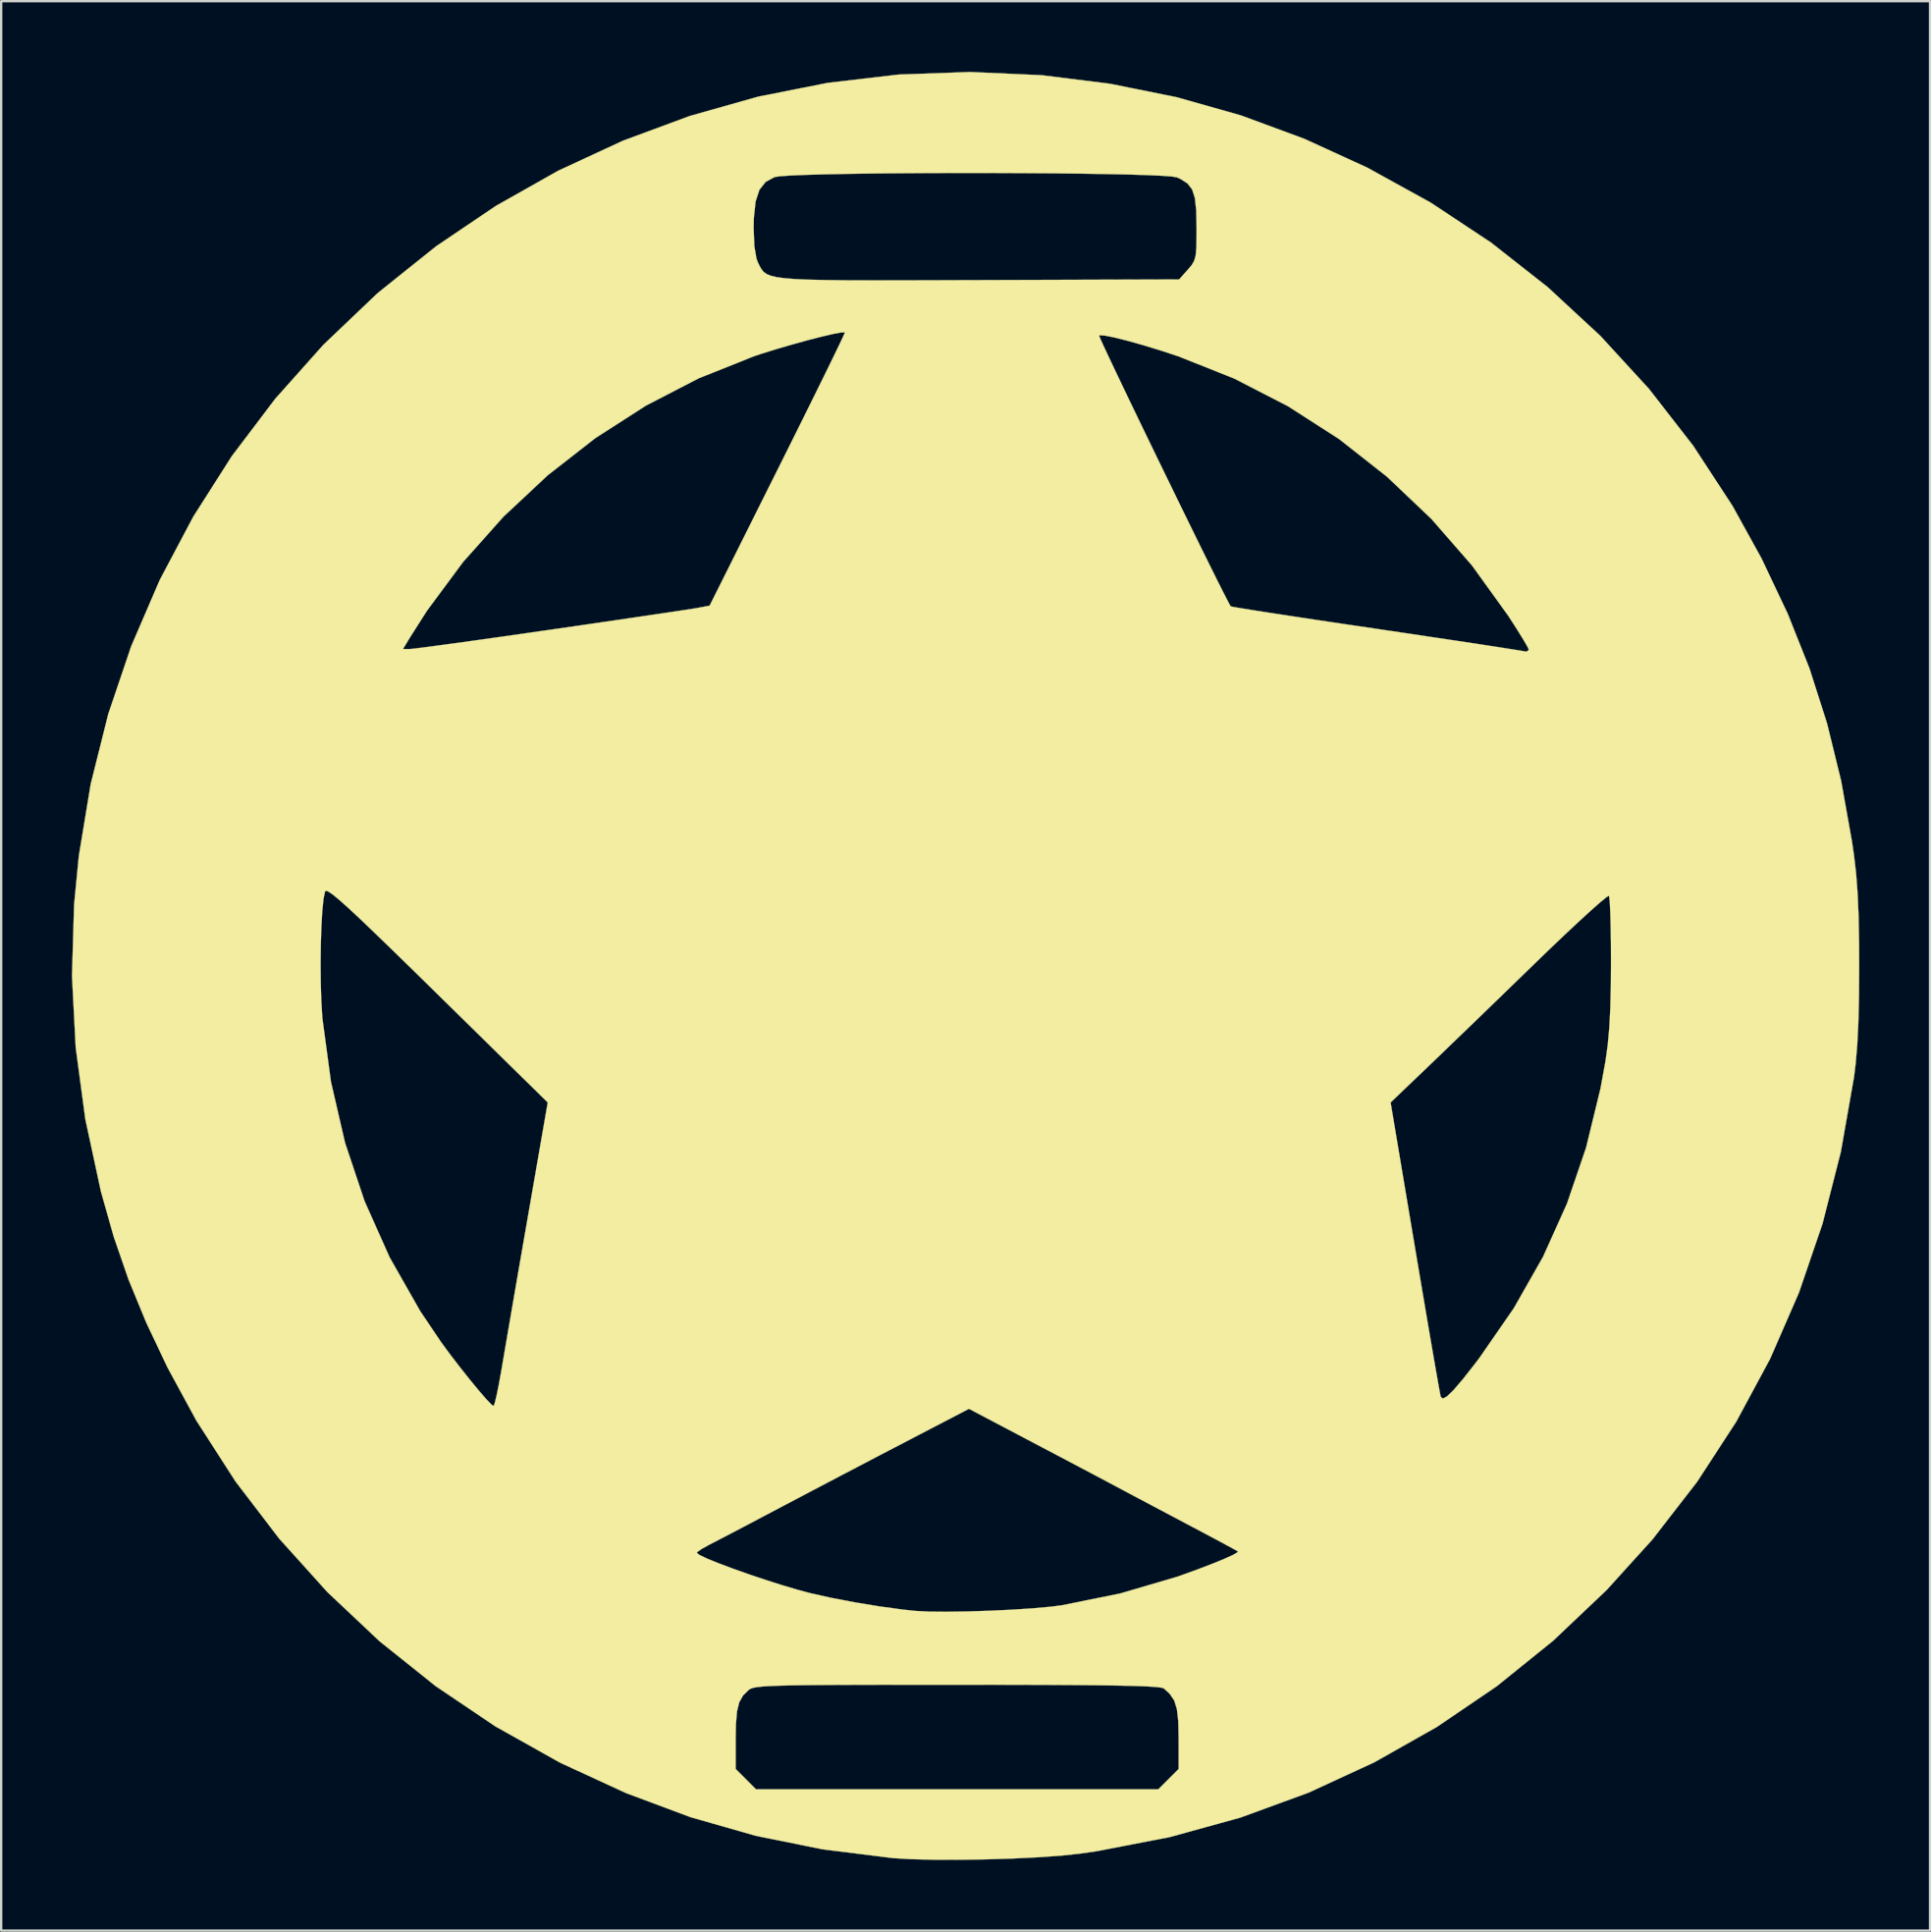
<source format=kicad_pcb>
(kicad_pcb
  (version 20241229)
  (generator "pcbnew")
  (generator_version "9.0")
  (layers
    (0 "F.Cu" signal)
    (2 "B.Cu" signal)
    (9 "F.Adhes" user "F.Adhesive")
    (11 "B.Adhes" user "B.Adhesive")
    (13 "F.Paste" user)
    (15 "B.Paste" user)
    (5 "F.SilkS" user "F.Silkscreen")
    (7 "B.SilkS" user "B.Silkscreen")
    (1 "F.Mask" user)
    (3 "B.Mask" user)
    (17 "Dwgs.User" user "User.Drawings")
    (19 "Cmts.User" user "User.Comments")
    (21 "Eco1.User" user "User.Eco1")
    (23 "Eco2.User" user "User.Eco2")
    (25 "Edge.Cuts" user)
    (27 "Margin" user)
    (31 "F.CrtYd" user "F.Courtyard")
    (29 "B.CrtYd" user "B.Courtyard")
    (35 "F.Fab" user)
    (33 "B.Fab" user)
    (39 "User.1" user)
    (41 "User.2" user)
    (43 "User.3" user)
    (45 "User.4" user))
  (footprint "PCB_Shape_01_200dpi"
    (layer "F.Cu")
    (at 37.947 37.953)
    (property "Reference" "PCB_Shape_01_200dpi" (at 0 0 0) (layer "F.SilkS") (effects (font (size 1.524 1.524) (thickness 0.3))))
    (attr through_hole)
    (fp_poly (pts (xy 3.205 -37.812) (xy 6.096 -37.451) (xy 8.936 -36.878) (xy 11.669 -36.104) (xy 14.347 -35.115) (xy 17.018 -33.893) (xy 19.722 -32.401) (xy 22.28 -30.706) (xy 24.681 -28.818) (xy 26.916 -26.748) (xy 28.974 -24.505) (xy 30.845 -22.1) (xy 32.518 -19.542) (xy 33.754 -17.304) (xy 34.867 -14.953) (xy 35.787 -12.64) (xy 36.535 -10.3) (xy 37.13 -7.872) (xy 37.591 -5.291) (xy 37.677 -4.699) (xy 37.764 -3.948) (xy 37.828 -3.112) (xy 37.87 -2.148) (xy 37.892 -1.01) (xy 37.896 0) (xy 37.888 1.301) (xy 37.861 2.393) (xy 37.815 3.322) (xy 37.746 4.133) (xy 37.677 4.699) (xy 37.118 7.875) (xy 36.34 10.925) (xy 35.341 13.849) (xy 34.121 16.649) (xy 32.679 19.327) (xy 31.014 21.883) (xy 29.126 24.319) (xy 27.184 26.463) (xy 24.916 28.615) (xy 22.512 30.555) (xy 19.976 32.278) (xy 17.315 33.782) (xy 14.535 35.065) (xy 11.643 36.123) (xy 8.642 36.952) (xy 5.541 37.551) (xy 4.826 37.654) (xy 4.046 37.738) (xy 3.077 37.807) (xy 1.985 37.861) (xy 0.831 37.897) (xy -0.321 37.915) (xy -1.408 37.912) (xy -2.366 37.888) (xy -3.111 37.843) (xy -6.078 37.473) (xy -8.927 36.898) (xy -11.697 36.106) (xy -14.427 35.087) (xy -17.157 33.829) (xy -17.304 33.754) (xy -19.057 32.77) (xy -9.779 32.77) (xy -9.779 34.061) (xy -8.915 34.925) (xy 8.153 34.925) (xy 8.585 34.493) (xy 9.017 34.061) (xy 9.017 32.743) (xy 9.002 32.035) (xy 8.944 31.524) (xy 8.829 31.155) (xy 8.638 30.871) (xy 8.388 30.643) (xy 8.287 30.611) (xy 8.063 30.583) (xy 7.701 30.559) (xy 7.188 30.539) (xy 6.509 30.523) (xy 5.651 30.51) (xy 4.599 30.5) (xy 3.339 30.493) (xy 1.857 30.489) (xy 0.139 30.487) (xy -0.381 30.487) (xy -2.073 30.487) (xy -3.529 30.488) (xy -4.767 30.491) (xy -5.807 30.495) (xy -6.665 30.503) (xy -7.361 30.512) (xy -7.913 30.526) (xy -8.339 30.543) (xy -8.657 30.564) (xy -8.885 30.59) (xy -9.043 30.621) (xy -9.148 30.657) (xy -9.218 30.7) (xy -9.224 30.705) (xy -9.465 30.943) (xy -9.627 31.23) (xy -9.723 31.618) (xy -9.769 32.163) (xy -9.779 32.77) (xy -19.057 32.77) (xy -19.98 32.253) (xy -22.513 30.545) (xy -24.892 28.642) (xy -27.107 26.554) (xy -28.607 24.889) (xy -11.43 24.889) (xy -11.315 24.98) (xy -10.999 25.131) (xy -10.521 25.325) (xy -9.923 25.55) (xy -9.247 25.79) (xy -8.533 26.03) (xy -7.822 26.257) (xy -7.156 26.455) (xy -6.634 26.595) (xy -5.754 26.793) (xy -4.729 26.989) (xy -3.666 27.164) (xy -2.673 27.299) (xy -2.159 27.354) (xy -1.59 27.383) (xy -0.831 27.39) (xy 0.054 27.377) (xy 1.001 27.347) (xy 1.948 27.302) (xy 2.83 27.244) (xy 3.585 27.176) (xy 4.064 27.114) (xy 6.536 26.614) (xy 8.94 25.908) (xy 9.09 25.856) (xy 9.793 25.603) (xy 10.424 25.362) (xy 10.947 25.148) (xy 11.325 24.977) (xy 11.52 24.863) (xy 11.536 24.831) (xy 11.415 24.762) (xy 11.106 24.594) (xy 10.644 24.345) (xy 10.064 24.036) (xy 9.402 23.686) (xy 9.398 23.684) (xy 8.659 23.292) (xy 7.927 22.905) (xy 7.26 22.551) (xy 6.715 22.261) (xy 6.413 22.1) (xy 6.041 21.902) (xy 5.49 21.61) (xy 4.805 21.248) (xy 4.033 20.84) (xy 3.218 20.411) (xy 2.822 20.202) (xy 0.12 18.779) (xy -2.004 19.884) (xy -3.632 20.732) (xy -5.262 21.585) (xy -6.967 22.481) (xy -8.822 23.459) (xy -8.826 23.462) (xy -9.444 23.787) (xy -10.031 24.095) (xy -10.526 24.353) (xy -10.865 24.528) (xy -10.89 24.541) (xy -11.206 24.716) (xy -11.4 24.85) (xy -11.43 24.889) (xy -28.607 24.889) (xy -29.147 24.291) (xy -31.003 21.862) (xy -32.665 19.279) (xy -33.893 17.018) (xy -34.794 15.116) (xy -35.541 13.301) (xy -36.167 11.489) (xy -36.705 9.593) (xy -36.718 9.542) (xy -37.377 6.487) (xy -37.784 3.452) (xy -37.942 0.42) (xy -37.927 -0.097) (xy -27.393 -0.097) (xy -27.386 0.726) (xy -27.361 1.502) (xy -27.318 2.18) (xy -27.314 2.223) (xy -26.952 4.903) (xy -26.356 7.485) (xy -25.526 9.967) (xy -24.463 12.349) (xy -23.167 14.63) (xy -22.27 15.961) (xy -21.894 16.473) (xy -21.483 17.007) (xy -21.071 17.526) (xy -20.69 17.989) (xy -20.37 18.359) (xy -20.145 18.595) (xy -20.054 18.662) (xy -20.006 18.547) (xy -19.928 18.228) (xy -19.831 17.751) (xy -19.724 17.162) (xy -19.705 17.05) (xy -19.619 16.544) (xy -19.532 16.034) (xy -19.439 15.492) (xy -19.335 14.888) (xy -19.216 14.196) (xy -19.076 13.386) (xy -18.911 12.432) (xy -18.715 11.304) (xy -18.484 9.976) (xy -18.284 8.826) (xy -17.754 5.779) (xy 18.012 5.779) (xy 19.047 11.938) (xy 19.253 13.161) (xy 19.448 14.31) (xy 19.627 15.361) (xy 19.786 16.289) (xy 19.921 17.068) (xy 20.028 17.674) (xy 20.102 18.083) (xy 20.139 18.269) (xy 20.141 18.275) (xy 20.23 18.343) (xy 20.41 18.247) (xy 20.69 17.975) (xy 21.083 17.515) (xy 21.599 16.857) (xy 21.77 16.632) (xy 23.241 14.507) (xy 24.48 12.327) (xy 25.498 10.066) (xy 26.307 7.694) (xy 26.919 5.183) (xy 27.134 4) (xy 27.226 3.332) (xy 27.293 2.6) (xy 27.337 1.752) (xy 27.36 0.739) (xy 27.365 -0.148) (xy 27.362 -0.96) (xy 27.351 -1.686) (xy 27.335 -2.287) (xy 27.313 -2.725) (xy 27.287 -2.963) (xy 27.276 -2.992) (xy 27.166 -2.929) (xy 26.898 -2.708) (xy 26.492 -2.349) (xy 25.971 -1.871) (xy 25.357 -1.296) (xy 24.671 -0.642) (xy 24.191 -0.177) (xy 23.377 0.614) (xy 22.537 1.427) (xy 21.713 2.225) (xy 20.942 2.969) (xy 20.264 3.622) (xy 19.719 4.146) (xy 19.606 4.255) (xy 18.012 5.779) (xy -17.754 5.779) (xy -22.434 1.182) (xy -23.495 0.141) (xy -24.39 -0.732) (xy -25.133 -1.45) (xy -25.736 -2.026) (xy -26.214 -2.472) (xy -26.581 -2.8) (xy -26.849 -3.023) (xy -27.032 -3.153) (xy -27.144 -3.202) (xy -27.199 -3.183) (xy -27.204 -3.173) (xy -27.268 -2.864) (xy -27.32 -2.352) (xy -27.359 -1.687) (xy -27.384 -0.918) (xy -27.393 -0.097) (xy -37.927 -0.097) (xy -37.852 -2.623) (xy -37.651 -4.69) (xy -37.149 -7.728) (xy -36.405 -10.699) (xy -35.47 -13.462) (xy -23.897 -13.462) (xy -23.606 -13.462) (xy -23.424 -13.48) (xy -23.016 -13.531) (xy -22.411 -13.611) (xy -21.634 -13.717) (xy -20.712 -13.845) (xy -19.673 -13.991) (xy -18.542 -14.153) (xy -17.595 -14.289) (xy -16.401 -14.462) (xy -15.27 -14.627) (xy -14.229 -14.78) (xy -13.307 -14.916) (xy -12.531 -15.031) (xy -11.93 -15.122) (xy -11.531 -15.184) (xy -11.38 -15.21) (xy -10.885 -15.303) (xy -7.997 -21.082) (xy -7.437 -22.205) (xy -6.914 -23.257) (xy -6.438 -24.218) (xy -6.021 -25.065) (xy -5.673 -25.777) (xy -5.404 -26.332) (xy -5.225 -26.71) (xy -5.2 -26.766) (xy 5.641 -26.766) (xy 5.687 -26.647) (xy 5.831 -26.328) (xy 6.063 -25.833) (xy 6.368 -25.189) (xy 6.734 -24.423) (xy 7.148 -23.561) (xy 7.598 -22.629) (xy 8.07 -21.654) (xy 8.552 -20.663) (xy 9.031 -19.68) (xy 9.494 -18.734) (xy 9.928 -17.849) (xy 10.321 -17.053) (xy 10.659 -16.372) (xy 10.931 -15.833) (xy 11.122 -15.461) (xy 11.22 -15.283) (xy 11.228 -15.273) (xy 11.359 -15.245) (xy 11.715 -15.185) (xy 12.269 -15.096) (xy 12.995 -14.983) (xy 13.865 -14.85) (xy 14.853 -14.7) (xy 15.932 -14.539) (xy 16.4 -14.47) (xy 18.088 -14.22) (xy 19.541 -14.003) (xy 20.774 -13.819) (xy 21.801 -13.663) (xy 22.64 -13.534) (xy 23.305 -13.429) (xy 23.781 -13.351) (xy 23.875 -13.426) (xy 23.876 -13.437) (xy 23.81 -13.577) (xy 23.631 -13.884) (xy 23.364 -14.314) (xy 23.037 -14.823) (xy 23.009 -14.866) (xy 21.462 -17.012) (xy 19.74 -18.985) (xy 17.857 -20.774) (xy 15.828 -22.37) (xy 13.664 -23.761) (xy 11.38 -24.937) (xy 9.012 -25.88) (xy 8.264 -26.126) (xy 7.537 -26.349) (xy 6.873 -26.536) (xy 6.313 -26.677) (xy 5.898 -26.761) (xy 5.669 -26.777) (xy 5.641 -26.766) (xy -5.2 -26.766) (xy -5.146 -26.888) (xy -5.144 -26.899) (xy -5.289 -26.898) (xy -5.63 -26.835) (xy -6.121 -26.72) (xy -6.716 -26.568) (xy -7.368 -26.388) (xy -8.032 -26.195) (xy -8.66 -26) (xy -9.017 -25.881) (xy -11.346 -24.95) (xy -13.59 -23.789) (xy -15.731 -22.413) (xy -17.75 -20.839) (xy -19.628 -19.082) (xy -21.345 -17.156) (xy -22.884 -15.079) (xy -23.61 -13.938) (xy -23.897 -13.462) (xy -35.47 -13.462) (xy -35.427 -13.589) (xy -34.222 -16.386) (xy -32.798 -19.076) (xy -31.161 -21.646) (xy -29.318 -24.081) (xy -27.277 -26.37) (xy -25.045 -28.498) (xy -24.892 -28.631) (xy -22.49 -30.554) (xy -21.34 -31.331) (xy -9.017 -31.331) (xy -8.987 -30.557) (xy -8.895 -30.024) (xy -8.825 -29.842) (xy -8.751 -29.697) (xy -8.679 -29.572) (xy -8.591 -29.466) (xy -8.467 -29.376) (xy -8.29 -29.303) (xy -8.043 -29.243) (xy -7.706 -29.197) (xy -7.262 -29.161) (xy -6.692 -29.136) (xy -5.979 -29.12) (xy -5.104 -29.11) (xy -4.05 -29.107) (xy -2.797 -29.108) (xy -1.329 -29.112) (xy 0.374 -29.118) (xy 0.55 -29.118) (xy 9.038 -29.146) (xy 9.408 -29.561) (xy 9.572 -29.756) (xy 9.679 -29.939) (xy 9.741 -30.169) (xy 9.77 -30.505) (xy 9.778 -31.007) (xy 9.779 -31.343) (xy 9.764 -32.074) (xy 9.707 -32.599) (xy 9.59 -32.965) (xy 9.394 -33.218) (xy 9.101 -33.406) (xy 8.941 -33.478) (xy 8.728 -33.514) (xy 8.287 -33.546) (xy 7.646 -33.574) (xy 6.831 -33.599) (xy 5.868 -33.619) (xy 4.785 -33.636) (xy 3.608 -33.649) (xy 2.364 -33.657) (xy 1.079 -33.662) (xy -0.219 -33.663) (xy -1.505 -33.66) (xy -2.752 -33.652) (xy -3.932 -33.641) (xy -5.02 -33.626) (xy -5.988 -33.606) (xy -6.81 -33.583) (xy -7.459 -33.555) (xy -7.908 -33.524) (xy -8.128 -33.489) (xy -8.507 -33.284) (xy -8.771 -32.949) (xy -8.934 -32.45) (xy -9.008 -31.755) (xy -9.017 -31.331) (xy -21.34 -31.331) (xy -19.959 -32.264) (xy -17.313 -33.758) (xy -14.566 -35.031) (xy -11.733 -36.08) (xy -8.829 -36.901) (xy -5.869 -37.488) (xy -2.867 -37.839) (xy 0.163 -37.948) (xy 3.205 -37.812)) (stroke (width 0.01) (type solid)) (fill yes) (layer "F.SilkS")))
  (gr_rect
    (start -3 -3)
    (end 78.849 78.873)
    (stroke (width 0.1) (type default))
    (fill no)
    (layer "Edge.Cuts")))
</source>
